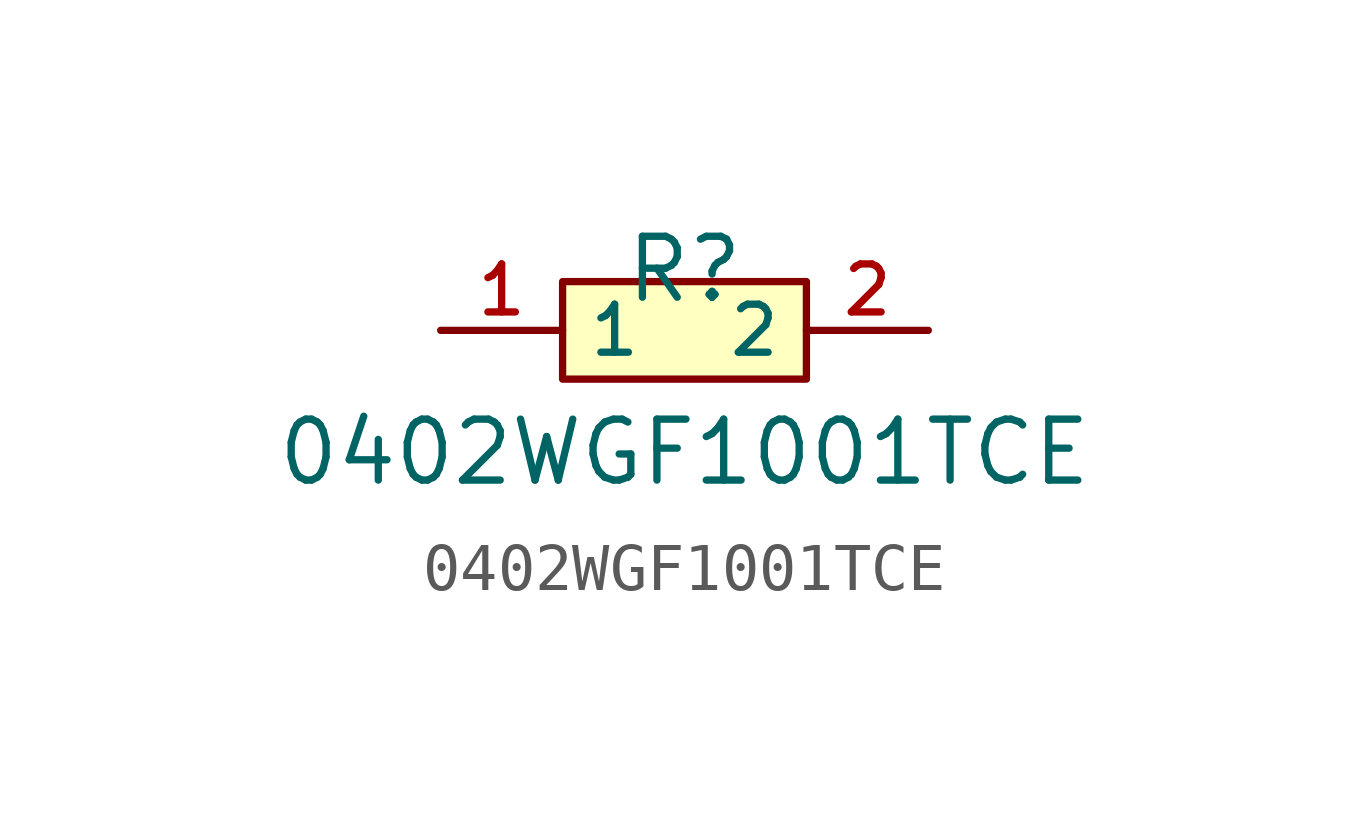
<source format=kicad_sym>
(kicad_symbol_lib
  (version 20210201)
  (generator TousstNicolas/JLC2KiCad_lib)
  (symbol "0402WGF1001TCE"
    (property "Reference" "R"
      (at 0 1.27 0)
      (effects (font (size 1.27 1.27))))
    (property "Value" "0402WGF1001TCE"
      (at 0 -2.54 0)
      (effects (font (size 1.27 1.27))))
    (symbol "0402WGF1001TCE_0_1"
      (pin input line (at 5.08 -0.0 180) (length 2.54) (name "2" (effects (font (size 1 1)))) (number "2" (effects (font (size 1 1)))))
      (pin input line (at -5.08 -0.0 0) (length 2.54) (name "1" (effects (font (size 1 1)))) (number "1" (effects (font (size 1 1)))))
      (rectangle (start -2.54 1.016) (end 2.54 -1.016) (stroke (width 0) (type default) (color 0 0 0 0)) (fill (type background))))))
</source>
